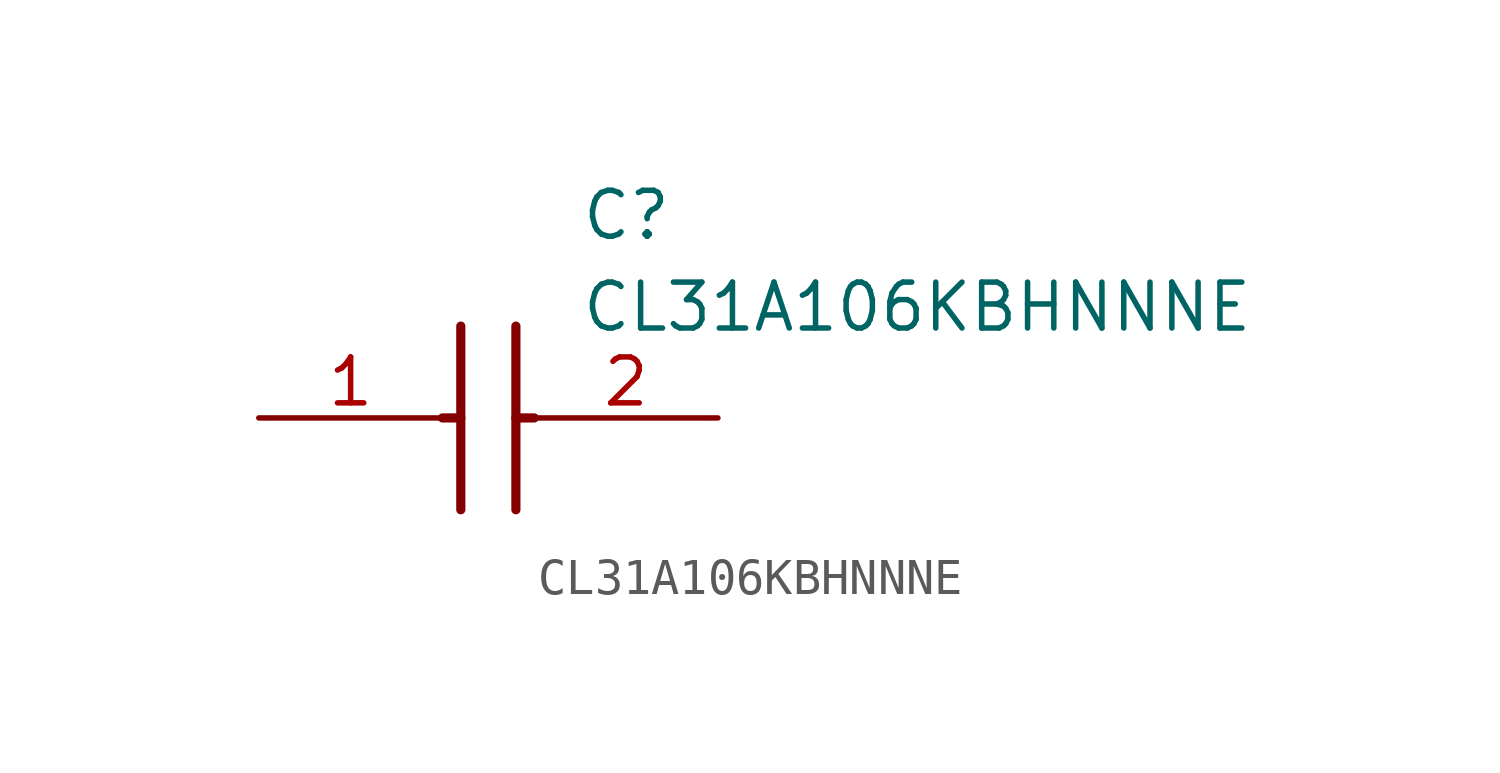
<source format=kicad_sym>
(kicad_symbol_lib
  (version 20211014)
  (generator SamacSys_ECAD_Model)
  (symbol "CL31A106KBHNNNE"
    (pin_names hide)
    (property "Reference" "C"
      (at 8.89 6.35 0)
      (effects (font (size 1.27 1.27)) (justify left top)))
    (property "Value" "CL31A106KBHNNNE"
      (at 8.89 3.81 0)
      (effects (font (size 1.27 1.27)) (justify left top)))
    (polyline
      (pts (xy 5.588 2.54) (xy 5.588 -2.54))
      (stroke (width 0.254) (type default))
      (fill (type none)))
    (polyline
      (pts (xy 7.112 2.54) (xy 7.112 -2.54))
      (stroke (width 0.254) (type default))
      (fill (type none)))
    (polyline
      (pts (xy 5.08 0) (xy 5.588 0))
      (stroke (width 0.254) (type default))
      (fill (type none)))
    (polyline
      (pts (xy 7.112 0) (xy 7.62 0))
      (stroke (width 0.254) (type default))
      (fill (type none)))
    (pin passive line
      (at 0 0 0)
      (length 5.08)
      (name "1" (effects (font (size 1.27 1.27))))
      (number "1" (effects (font (size 1.27 1.27)))))
    (pin passive line
      (at 12.7 0 180)
      (length 5.08)
      (name "2" (effects (font (size 1.27 1.27))))
      (number "2" (effects (font (size 1.27 1.27)))))))
</source>
